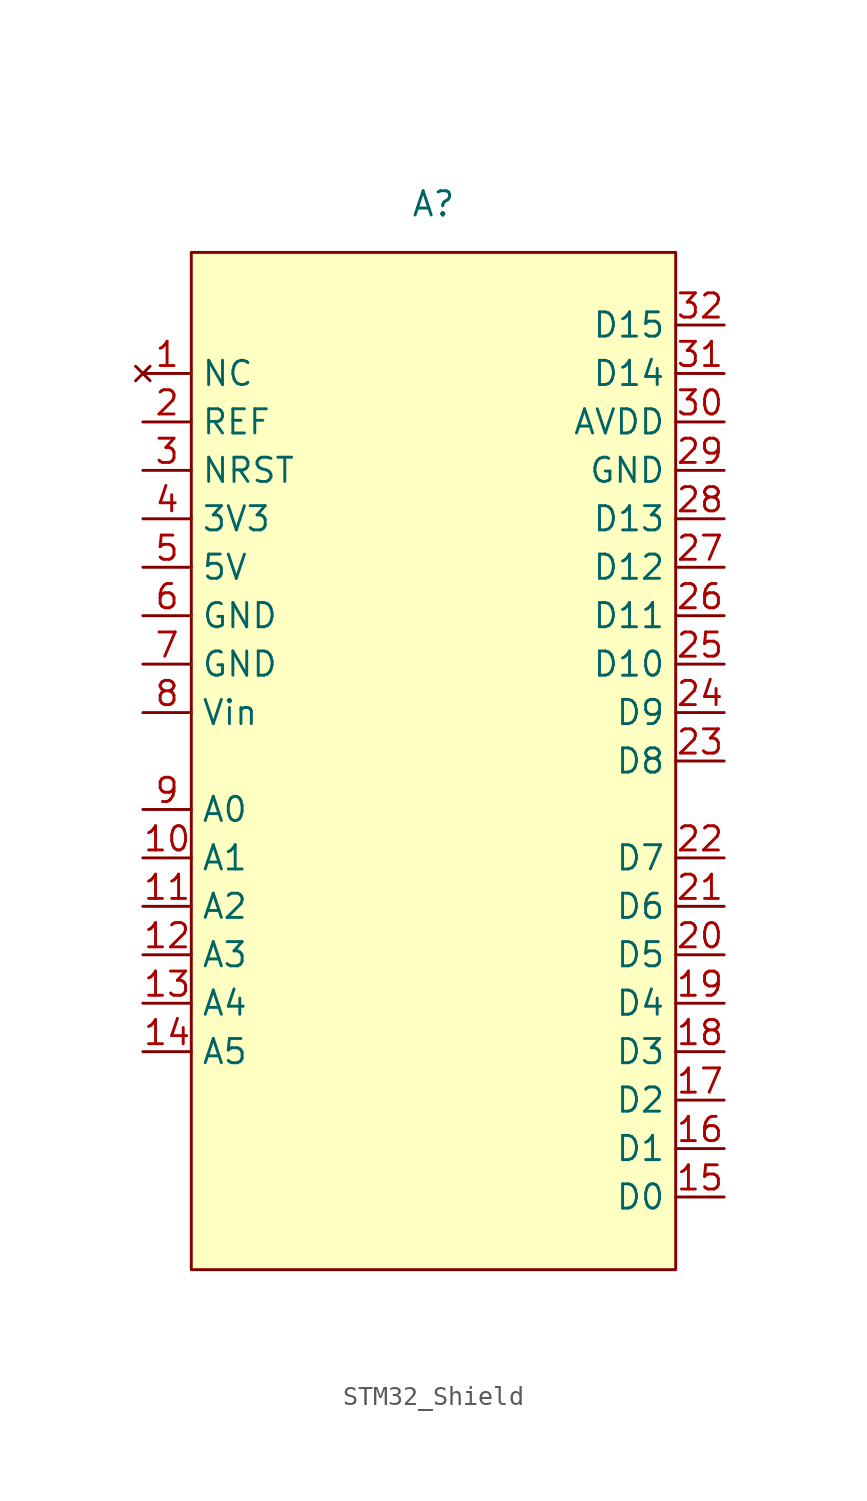
<source format=kicad_sym>
(kicad_symbol_lib
  (version 20231120)
  (generator "kicad_symbol_editor")
  (generator_version "8.0")
  (symbol "STM32_Shield"
    (property "Reference" "A"
      (at 0 0 0)
      (effects (font (size 1.27 1.27))))
    (property "Value" ""
      (at 0 0 0)
      (effects (font (size 1.27 1.27))))
    (symbol "STM32_Shield_1_1"
      (rectangle (start -12.7 -2.54) (end 12.7 -55.88) (stroke (width 0) (type default)) (fill (type background)))
      (pin no_connect line (at -15.24 -8.89 0) (length 2.54) (name "NC" (effects (font (size 1.27 1.27)))) (number "1" (effects (font (size 1.27 1.27)))))
      (pin bidirectional line (at -15.24 -34.29 0) (length 2.54) (name "A1" (effects (font (size 1.27 1.27)))) (number "10" (effects (font (size 1.27 1.27)))))
      (pin bidirectional line (at -15.24 -36.83 0) (length 2.54) (name "A2" (effects (font (size 1.27 1.27)))) (number "11" (effects (font (size 1.27 1.27)))))
      (pin bidirectional line (at -15.24 -39.37 0) (length 2.54) (name "A3" (effects (font (size 1.27 1.27)))) (number "12" (effects (font (size 1.27 1.27)))))
      (pin bidirectional line (at -15.24 -41.91 0) (length 2.54) (name "A4" (effects (font (size 1.27 1.27)))) (number "13" (effects (font (size 1.27 1.27)))))
      (pin bidirectional line (at -15.24 -44.45 0) (length 2.54) (name "A5" (effects (font (size 1.27 1.27)))) (number "14" (effects (font (size 1.27 1.27)))))
      (pin bidirectional line (at 15.24 -52.07 180) (length 2.54) (name "D0" (effects (font (size 1.27 1.27)))) (number "15" (effects (font (size 1.27 1.27)))))
      (pin bidirectional line (at 15.24 -49.53 180) (length 2.54) (name "D1" (effects (font (size 1.27 1.27)))) (number "16" (effects (font (size 1.27 1.27)))))
      (pin bidirectional line (at 15.24 -46.99 180) (length 2.54) (name "D2" (effects (font (size 1.27 1.27)))) (number "17" (effects (font (size 1.27 1.27)))))
      (pin bidirectional line (at 15.24 -44.45 180) (length 2.54) (name "D3" (effects (font (size 1.27 1.27)))) (number "18" (effects (font (size 1.27 1.27)))))
      (pin bidirectional line (at 15.24 -41.91 180) (length 2.54) (name "D4" (effects (font (size 1.27 1.27)))) (number "19" (effects (font (size 1.27 1.27)))))
      (pin input line (at -15.24 -11.43 0) (length 2.54) (name "REF" (effects (font (size 1.27 1.27)))) (number "2" (effects (font (size 1.27 1.27)))))
      (pin bidirectional line (at 15.24 -39.37 180) (length 2.54) (name "D5" (effects (font (size 1.27 1.27)))) (number "20" (effects (font (size 1.27 1.27)))))
      (pin bidirectional line (at 15.24 -36.83 180) (length 2.54) (name "D6" (effects (font (size 1.27 1.27)))) (number "21" (effects (font (size 1.27 1.27)))))
      (pin bidirectional line (at 15.24 -34.29 180) (length 2.54) (name "D7" (effects (font (size 1.27 1.27)))) (number "22" (effects (font (size 1.27 1.27)))))
      (pin bidirectional line (at 15.24 -29.21 180) (length 2.54) (name "D8" (effects (font (size 1.27 1.27)))) (number "23" (effects (font (size 1.27 1.27)))))
      (pin bidirectional line (at 15.24 -26.67 180) (length 2.54) (name "D9" (effects (font (size 1.27 1.27)))) (number "24" (effects (font (size 1.27 1.27)))))
      (pin bidirectional line (at 15.24 -24.13 180) (length 2.54) (name "D10" (effects (font (size 1.27 1.27)))) (number "25" (effects (font (size 1.27 1.27)))))
      (pin bidirectional line (at 15.24 -21.59 180) (length 2.54) (name "D11" (effects (font (size 1.27 1.27)))) (number "26" (effects (font (size 1.27 1.27)))))
      (pin bidirectional line (at 15.24 -19.05 180) (length 2.54) (name "D12" (effects (font (size 1.27 1.27)))) (number "27" (effects (font (size 1.27 1.27)))))
      (pin bidirectional line (at 15.24 -16.51 180) (length 2.54) (name "D13" (effects (font (size 1.27 1.27)))) (number "28" (effects (font (size 1.27 1.27)))))
      (pin power_in line (at 15.24 -13.97 180) (length 2.54) (name "GND" (effects (font (size 1.27 1.27)))) (number "29" (effects (font (size 1.27 1.27)))))
      (pin input line (at -15.24 -13.97 0) (length 2.54) (name "NRST" (effects (font (size 1.27 1.27)))) (number "3" (effects (font (size 1.27 1.27)))))
      (pin input line (at 15.24 -11.43 180) (length 2.54) (name "AVDD" (effects (font (size 1.27 1.27)))) (number "30" (effects (font (size 1.27 1.27)))))
      (pin bidirectional line (at 15.24 -8.89 180) (length 2.54) (name "D14" (effects (font (size 1.27 1.27)))) (number "31" (effects (font (size 1.27 1.27)))))
      (pin bidirectional line (at 15.24 -6.35 180) (length 2.54) (name "D15" (effects (font (size 1.27 1.27)))) (number "32" (effects (font (size 1.27 1.27)))))
      (pin power_in line (at -15.24 -16.51 0) (length 2.54) (name "3V3" (effects (font (size 1.27 1.27)))) (number "4" (effects (font (size 1.27 1.27)))))
      (pin power_in line (at -15.24 -19.05 0) (length 2.54) (name "5V" (effects (font (size 1.27 1.27)))) (number "5" (effects (font (size 1.27 1.27)))))
      (pin power_in line (at -15.24 -21.59 0) (length 2.54) (name "GND" (effects (font (size 1.27 1.27)))) (number "6" (effects (font (size 1.27 1.27)))))
      (pin power_in line (at -15.24 -24.13 0) (length 2.54) (name "GND" (effects (font (size 1.27 1.27)))) (number "7" (effects (font (size 1.27 1.27)))))
      (pin power_in line (at -15.24 -26.67 0) (length 2.54) (name "Vin" (effects (font (size 1.27 1.27)))) (number "8" (effects (font (size 1.27 1.27)))))
      (pin bidirectional line (at -15.24 -31.75 0) (length 2.54) (name "A0" (effects (font (size 1.27 1.27)))) (number "9" (effects (font (size 1.27 1.27))))))))
</source>
